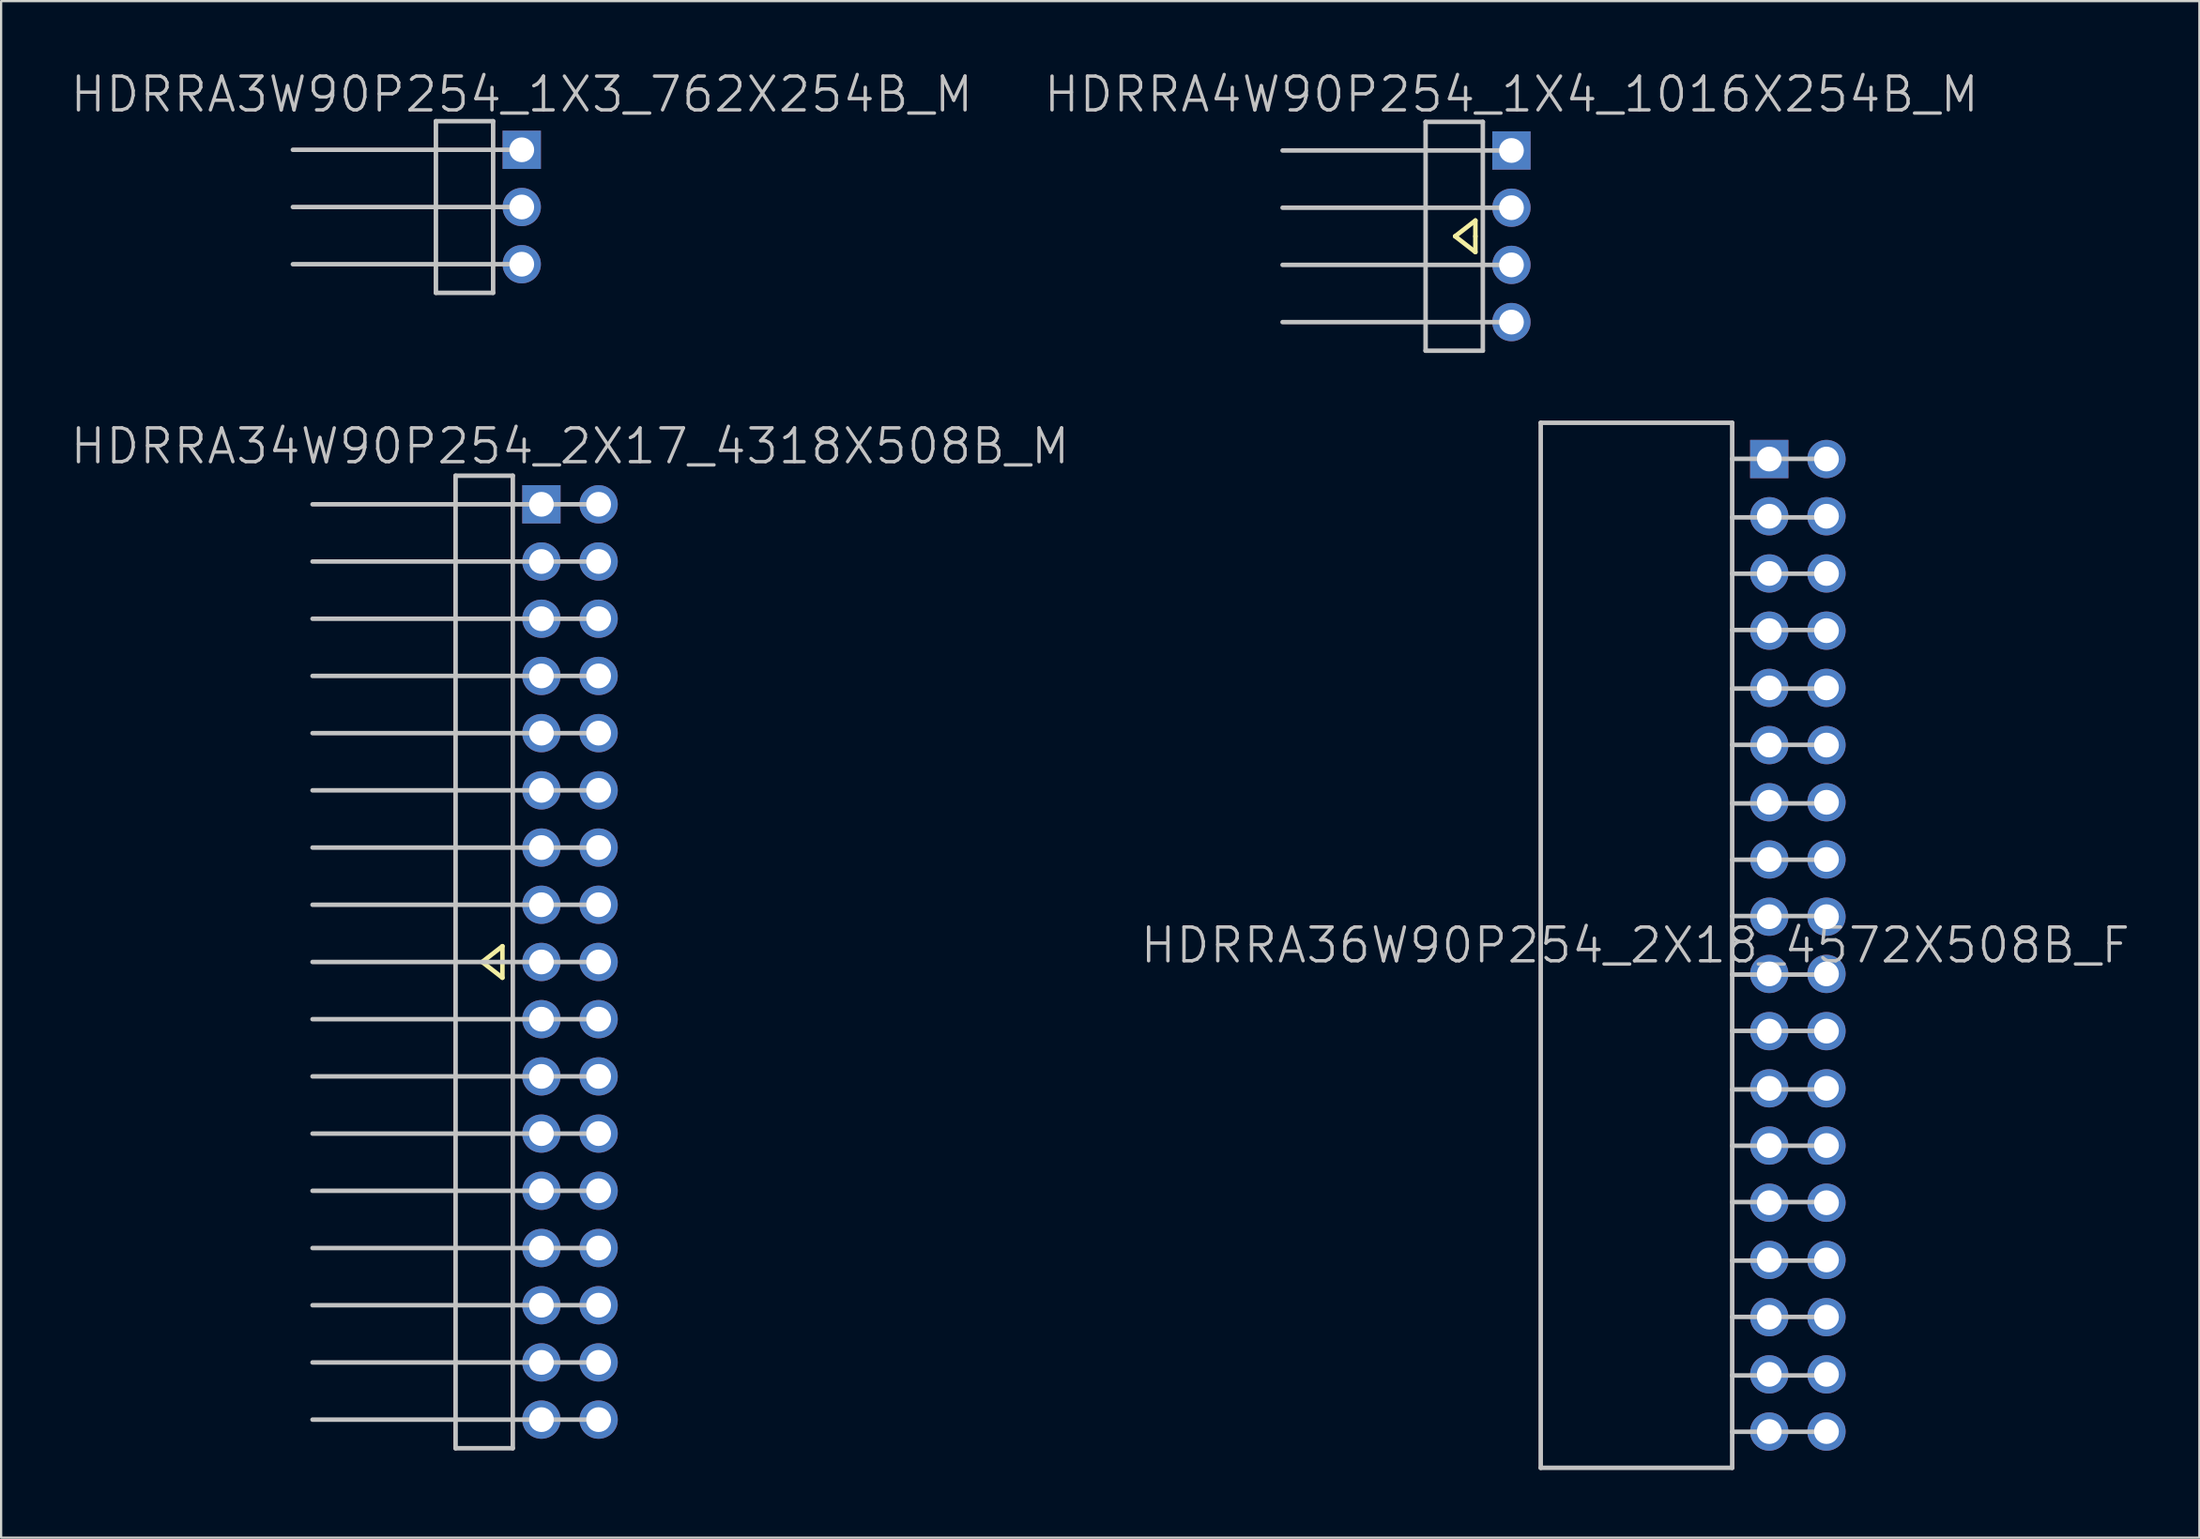
<source format=kicad_pcb>
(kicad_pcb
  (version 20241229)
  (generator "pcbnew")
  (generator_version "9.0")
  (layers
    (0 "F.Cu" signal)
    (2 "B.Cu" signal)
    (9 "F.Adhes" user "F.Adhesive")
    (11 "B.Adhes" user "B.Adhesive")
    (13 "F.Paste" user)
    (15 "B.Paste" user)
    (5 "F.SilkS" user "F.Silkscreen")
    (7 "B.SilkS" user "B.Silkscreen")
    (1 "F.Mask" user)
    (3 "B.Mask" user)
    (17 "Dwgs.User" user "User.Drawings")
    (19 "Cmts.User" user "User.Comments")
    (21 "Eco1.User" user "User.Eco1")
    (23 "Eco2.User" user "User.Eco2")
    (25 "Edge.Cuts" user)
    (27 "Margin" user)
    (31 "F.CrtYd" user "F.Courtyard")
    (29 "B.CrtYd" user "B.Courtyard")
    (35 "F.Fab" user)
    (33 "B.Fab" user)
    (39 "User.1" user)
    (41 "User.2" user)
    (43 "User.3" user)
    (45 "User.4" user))
  (footprint "HDRRA4W90P254_1X4_1016X254B_M"
    (layer "F.Cu")
    (at 64.046 7.441)
    (property "Reference" "HDRRA4W90P254_1X4_1016X254B_M" (at 0 -6.3 180) (layer "Dwgs.User") (effects (font (size 1.5 1.5) (thickness 0.15))))
    (attr through_hole)
    (fp_line (start -2.5 0) (end -1.6 0.7) (stroke (width 0.2) (type solid)) (layer "F.SilkS"))
    (fp_line (start -1.6 -0.7) (end -2.5 0) (stroke (width 0.2) (type solid)) (layer "F.SilkS"))
    (fp_line (start -1.6 0) (end -1.6 -0.7) (stroke (width 0.2) (type solid)) (layer "F.SilkS"))
    (fp_line (start -1.6 0.7) (end -1.6 0) (stroke (width 0.2) (type solid)) (layer "F.SilkS"))
    (fp_line (start -10.16 1.27) (end 0 1.27) (stroke (width 0.2) (type solid)) (layer "Dwgs.User"))
    (fp_line (start -3.81 -5.08) (end -1.27 -5.08) (stroke (width 0.2) (type solid)) (layer "Dwgs.User"))
    (fp_line (start -3.81 5.08) (end -3.81 -5.08) (stroke (width 0.2) (type solid)) (layer "Dwgs.User"))
    (fp_line (start -1.27 -5.08) (end -1.27 5.08) (stroke (width 0.2) (type solid)) (layer "Dwgs.User"))
    (fp_line (start -1.27 5.08) (end -3.81 5.08) (stroke (width 0.2) (type solid)) (layer "Dwgs.User"))
    (fp_line (start 0 -3.81) (end -10.16 -3.81) (stroke (width 0.2) (type solid)) (layer "Dwgs.User"))
    (fp_line (start 0 -1.27) (end -10.16 -1.27) (stroke (width 0.2) (type solid)) (layer "Dwgs.User"))
    (fp_line (start 0 3.81) (end -10.16 3.81) (stroke (width 0.2) (type solid)) (layer "Dwgs.User"))
    (pad "1" thru_hole rect (at 0 -3.81) (size 1.7 1.7) (drill 1.1) (layers "*.Cu" "*.Mask"))
    (pad "2" thru_hole circle (at 0 -1.27 270) (size 1.7 1.7) (drill 1.1) (layers "*.Cu" "*.Mask"))
    (pad "3" thru_hole circle (at 0 1.27 270) (size 1.7 1.7) (drill 1.1) (layers "*.Cu" "*.Mask"))
    (pad "4" thru_hole circle (at 0 3.81 270) (size 1.7 1.7) (drill 1.1) (layers "*.Cu" "*.Mask")))
  (footprint "HDRRA36W90P254_2X18_4572X508B_F"
    (layer "F.Cu")
    (at 71.846 38.921)
    (property "Reference" "HDRRA36W90P254_2X18_4572X508B_F" (at -2.3 0 180) (layer "Dwgs.User") (effects (font (size 1.5 1.5) (thickness 0.15))))
    (attr through_hole)
    (fp_line (start -6.5 -23.2) (end -6.5 23.2) (stroke (width 0.2) (type solid)) (layer "Dwgs.User"))
    (fp_line (start 2 -23.2) (end -6.5 -23.2) (stroke (width 0.2) (type solid)) (layer "Dwgs.User"))
    (fp_line (start 2 -23.2) (end 2 23.2) (stroke (width 0.2) (type solid)) (layer "Dwgs.User"))
    (fp_line (start 2 23.2) (end -6.5 23.2) (stroke (width 0.2) (type solid)) (layer "Dwgs.User"))
    (fp_line (start 6.2 -21.6) (end 2 -21.6) (stroke (width 0.2) (type solid)) (layer "Dwgs.User"))
    (fp_line (start 6.2 -19) (end 2 -19) (stroke (width 0.2) (type solid)) (layer "Dwgs.User"))
    (fp_line (start 6.2 -16.5) (end 2 -16.5) (stroke (width 0.2) (type solid)) (layer "Dwgs.User"))
    (fp_line (start 6.2 -14) (end 2 -14) (stroke (width 0.2) (type solid)) (layer "Dwgs.User"))
    (fp_line (start 6.2 -11.4) (end 2 -11.4) (stroke (width 0.2) (type solid)) (layer "Dwgs.User"))
    (fp_line (start 6.2 -8.9) (end 2 -8.9) (stroke (width 0.2) (type solid)) (layer "Dwgs.User"))
    (fp_line (start 6.2 -6.3) (end 2 -6.3) (stroke (width 0.2) (type solid)) (layer "Dwgs.User"))
    (fp_line (start 6.2 -3.8) (end 2 -3.8) (stroke (width 0.2) (type solid)) (layer "Dwgs.User"))
    (fp_line (start 6.2 -1.3) (end 2 -1.3) (stroke (width 0.2) (type solid)) (layer "Dwgs.User"))
    (fp_line (start 6.2 1.3) (end 2 1.3) (stroke (width 0.2) (type solid)) (layer "Dwgs.User"))
    (fp_line (start 6.2 3.8) (end 2 3.8) (stroke (width 0.2) (type solid)) (layer "Dwgs.User"))
    (fp_line (start 6.2 6.4) (end 2 6.4) (stroke (width 0.2) (type solid)) (layer "Dwgs.User"))
    (fp_line (start 6.2 8.9) (end 2 8.9) (stroke (width 0.2) (type solid)) (layer "Dwgs.User"))
    (fp_line (start 6.2 11.4) (end 2 11.4) (stroke (width 0.2) (type solid)) (layer "Dwgs.User"))
    (fp_line (start 6.2 14) (end 2 14) (stroke (width 0.2) (type solid)) (layer "Dwgs.User"))
    (fp_line (start 6.2 16.5) (end 2 16.5) (stroke (width 0.2) (type solid)) (layer "Dwgs.User"))
    (fp_line (start 6.2 19.1) (end 2 19.1) (stroke (width 0.2) (type solid)) (layer "Dwgs.User"))
    (fp_line (start 6.2 21.6) (end 2 21.6) (stroke (width 0.2) (type solid)) (layer "Dwgs.User"))
    (pad "1" thru_hole rect (at 3.645 -21.59) (size 1.7 1.7) (drill 1.1) (layers "*.Cu" "*.Mask"))
    (pad "2" thru_hole circle (at 6.185 -21.59 270) (size 1.7 1.7) (drill 1.1) (layers "*.Cu" "*.Mask"))
    (pad "3" thru_hole circle (at 3.645 -19.05 270) (size 1.7 1.7) (drill 1.1) (layers "*.Cu" "*.Mask"))
    (pad "4" thru_hole circle (at 6.185 -19.05 270) (size 1.7 1.7) (drill 1.1) (layers "*.Cu" "*.Mask"))
    (pad "5" thru_hole circle (at 3.645 -16.51 270) (size 1.7 1.7) (drill 1.1) (layers "*.Cu" "*.Mask"))
    (pad "6" thru_hole circle (at 6.185 -16.51 270) (size 1.7 1.7) (drill 1.1) (layers "*.Cu" "*.Mask"))
    (pad "7" thru_hole circle (at 3.645 -13.97 270) (size 1.7 1.7) (drill 1.1) (layers "*.Cu" "*.Mask"))
    (pad "8" thru_hole circle (at 6.185 -13.97 270) (size 1.7 1.7) (drill 1.1) (layers "*.Cu" "*.Mask"))
    (pad "9" thru_hole circle (at 3.645 -11.43 270) (size 1.7 1.7) (drill 1.1) (layers "*.Cu" "*.Mask"))
    (pad "10" thru_hole circle (at 6.185 -11.43 270) (size 1.7 1.7) (drill 1.1) (layers "*.Cu" "*.Mask"))
    (pad "11" thru_hole circle (at 3.645 -8.89 270) (size 1.7 1.7) (drill 1.1) (layers "*.Cu" "*.Mask"))
    (pad "12" thru_hole circle (at 6.185 -8.89 270) (size 1.7 1.7) (drill 1.1) (layers "*.Cu" "*.Mask"))
    (pad "13" thru_hole circle (at 3.645 -6.35 270) (size 1.7 1.7) (drill 1.1) (layers "*.Cu" "*.Mask"))
    (pad "14" thru_hole circle (at 6.185 -6.35 270) (size 1.7 1.7) (drill 1.1) (layers "*.Cu" "*.Mask"))
    (pad "15" thru_hole circle (at 3.645 -3.81 270) (size 1.7 1.7) (drill 1.1) (layers "*.Cu" "*.Mask"))
    (pad "16" thru_hole circle (at 6.185 -3.81 270) (size 1.7 1.7) (drill 1.1) (layers "*.Cu" "*.Mask"))
    (pad "17" thru_hole circle (at 3.645 -1.27 270) (size 1.7 1.7) (drill 1.1) (layers "*.Cu" "*.Mask"))
    (pad "18" thru_hole circle (at 6.185 -1.27 270) (size 1.7 1.7) (drill 1.1) (layers "*.Cu" "*.Mask"))
    (pad "19" thru_hole circle (at 3.645 1.27 270) (size 1.7 1.7) (drill 1.1) (layers "*.Cu" "*.Mask"))
    (pad "20" thru_hole circle (at 6.185 1.27 270) (size 1.7 1.7) (drill 1.1) (layers "*.Cu" "*.Mask"))
    (pad "21" thru_hole circle (at 3.645 3.81 270) (size 1.7 1.7) (drill 1.1) (layers "*.Cu" "*.Mask"))
    (pad "22" thru_hole circle (at 6.185 3.81 270) (size 1.7 1.7) (drill 1.1) (layers "*.Cu" "*.Mask"))
    (pad "23" thru_hole circle (at 3.645 6.35 270) (size 1.7 1.7) (drill 1.1) (layers "*.Cu" "*.Mask"))
    (pad "24" thru_hole circle (at 6.185 6.35 270) (size 1.7 1.7) (drill 1.1) (layers "*.Cu" "*.Mask"))
    (pad "25" thru_hole circle (at 3.645 8.89 270) (size 1.7 1.7) (drill 1.1) (layers "*.Cu" "*.Mask"))
    (pad "26" thru_hole circle (at 6.185 8.89 270) (size 1.7 1.7) (drill 1.1) (layers "*.Cu" "*.Mask"))
    (pad "27" thru_hole circle (at 3.645 11.43 270) (size 1.7 1.7) (drill 1.1) (layers "*.Cu" "*.Mask"))
    (pad "28" thru_hole circle (at 6.185 11.43 270) (size 1.7 1.7) (drill 1.1) (layers "*.Cu" "*.Mask"))
    (pad "29" thru_hole circle (at 3.645 13.97 270) (size 1.7 1.7) (drill 1.1) (layers "*.Cu" "*.Mask"))
    (pad "30" thru_hole circle (at 6.185 13.97 270) (size 1.7 1.7) (drill 1.1) (layers "*.Cu" "*.Mask"))
    (pad "31" thru_hole circle (at 3.645 16.51 270) (size 1.7 1.7) (drill 1.1) (layers "*.Cu" "*.Mask"))
    (pad "32" thru_hole circle (at 6.185 16.51 270) (size 1.7 1.7) (drill 1.1) (layers "*.Cu" "*.Mask"))
    (pad "33" thru_hole circle (at 3.645 19.05 270) (size 1.7 1.7) (drill 1.1) (layers "*.Cu" "*.Mask"))
    (pad "34" thru_hole circle (at 6.185 19.05 270) (size 1.7 1.7) (drill 1.1) (layers "*.Cu" "*.Mask"))
    (pad "35" thru_hole circle (at 3.645 21.59 270) (size 1.7 1.7) (drill 1.1) (layers "*.Cu" "*.Mask"))
    (pad "36" thru_hole circle (at 6.185 21.59 270) (size 1.7 1.7) (drill 1.1) (layers "*.Cu" "*.Mask")))
  (footprint "HDRRA34W90P254_2X17_4318X508B_M"
    (layer "F.Cu")
    (at 22.254 39.661)
    (property "Reference" "HDRRA34W90P254_2X17_4318X508B_M" (at 0 -22.9 180) (layer "Dwgs.User") (effects (font (size 1.5 1.5) (thickness 0.15))))
    (attr through_hole)
    (fp_line (start -3.9 0) (end -3 0.7) (stroke (width 0.2) (type solid)) (layer "F.SilkS"))
    (fp_line (start -3 -0.7) (end -3.9 0) (stroke (width 0.2) (type solid)) (layer "F.SilkS"))
    (fp_line (start -3 0) (end -3 -0.7) (stroke (width 0.2) (type solid)) (layer "F.SilkS"))
    (fp_line (start -3 0.7) (end -3 0) (stroke (width 0.2) (type solid)) (layer "F.SilkS"))
    (fp_line (start -11.43 -15.24) (end 1.27 -15.24) (stroke (width 0.2) (type solid)) (layer "Dwgs.User"))
    (fp_line (start -11.43 10.16) (end 1.27 10.16) (stroke (width 0.2) (type solid)) (layer "Dwgs.User"))
    (fp_line (start -5.08 -21.59) (end -2.54 -21.59) (stroke (width 0.2) (type solid)) (layer "Dwgs.User"))
    (fp_line (start -5.08 21.59) (end -5.08 -21.59) (stroke (width 0.2) (type solid)) (layer "Dwgs.User"))
    (fp_line (start -2.54 -21.59) (end -2.54 21.59) (stroke (width 0.2) (type solid)) (layer "Dwgs.User"))
    (fp_line (start -2.54 21.59) (end -5.08 21.59) (stroke (width 0.2) (type solid)) (layer "Dwgs.User"))
    (fp_line (start 1.27 -20.32) (end -11.43 -20.32) (stroke (width 0.2) (type solid)) (layer "Dwgs.User"))
    (fp_line (start 1.27 -17.78) (end -11.43 -17.78) (stroke (width 0.2) (type solid)) (layer "Dwgs.User"))
    (fp_line (start 1.27 -12.7) (end -11.43 -12.7) (stroke (width 0.2) (type solid)) (layer "Dwgs.User"))
    (fp_line (start 1.27 -10.16) (end -11.43 -10.16) (stroke (width 0.2) (type solid)) (layer "Dwgs.User"))
    (fp_line (start 1.27 -7.62) (end -11.43 -7.62) (stroke (width 0.2) (type solid)) (layer "Dwgs.User"))
    (fp_line (start 1.27 -5.08) (end -11.43 -5.08) (stroke (width 0.2) (type solid)) (layer "Dwgs.User"))
    (fp_line (start 1.27 -2.54) (end -11.43 -2.54) (stroke (width 0.2) (type solid)) (layer "Dwgs.User"))
    (fp_line (start 1.27 0) (end -11.43 0) (stroke (width 0.2) (type solid)) (layer "Dwgs.User"))
    (fp_line (start 1.27 2.54) (end -11.43 2.54) (stroke (width 0.2) (type solid)) (layer "Dwgs.User"))
    (fp_line (start 1.27 5.08) (end -11.43 5.08) (stroke (width 0.2) (type solid)) (layer "Dwgs.User"))
    (fp_line (start 1.27 7.62) (end -11.43 7.62) (stroke (width 0.2) (type solid)) (layer "Dwgs.User"))
    (fp_line (start 1.27 12.7) (end -11.43 12.7) (stroke (width 0.2) (type solid)) (layer "Dwgs.User"))
    (fp_line (start 1.27 15.24) (end -11.43 15.24) (stroke (width 0.2) (type solid)) (layer "Dwgs.User"))
    (fp_line (start 1.27 17.78) (end -11.43 17.78) (stroke (width 0.2) (type solid)) (layer "Dwgs.User"))
    (fp_line (start 1.27 20.32) (end -11.43 20.32) (stroke (width 0.2) (type solid)) (layer "Dwgs.User"))
    (pad "1" thru_hole rect (at -1.27 -20.32) (size 1.7 1.7) (drill 1.1) (layers "*.Cu" "*.Mask"))
    (pad "2" thru_hole circle (at 1.27 -20.32 270) (size 1.7 1.7) (drill 1.1) (layers "*.Cu" "*.Mask"))
    (pad "3" thru_hole circle (at -1.27 -17.78 270) (size 1.7 1.7) (drill 1.1) (layers "*.Cu" "*.Mask"))
    (pad "4" thru_hole circle (at 1.27 -17.78 270) (size 1.7 1.7) (drill 1.1) (layers "*.Cu" "*.Mask"))
    (pad "5" thru_hole circle (at -1.27 -15.24 270) (size 1.7 1.7) (drill 1.1) (layers "*.Cu" "*.Mask"))
    (pad "6" thru_hole circle (at 1.27 -15.24 270) (size 1.7 1.7) (drill 1.1) (layers "*.Cu" "*.Mask"))
    (pad "7" thru_hole circle (at -1.27 -12.7 270) (size 1.7 1.7) (drill 1.1) (layers "*.Cu" "*.Mask"))
    (pad "8" thru_hole circle (at 1.27 -12.7 270) (size 1.7 1.7) (drill 1.1) (layers "*.Cu" "*.Mask"))
    (pad "9" thru_hole circle (at -1.27 -10.16 270) (size 1.7 1.7) (drill 1.1) (layers "*.Cu" "*.Mask"))
    (pad "10" thru_hole circle (at 1.27 -10.16 270) (size 1.7 1.7) (drill 1.1) (layers "*.Cu" "*.Mask"))
    (pad "11" thru_hole circle (at -1.27 -7.62 270) (size 1.7 1.7) (drill 1.1) (layers "*.Cu" "*.Mask"))
    (pad "12" thru_hole circle (at 1.27 -7.62 270) (size 1.7 1.7) (drill 1.1) (layers "*.Cu" "*.Mask"))
    (pad "13" thru_hole circle (at -1.27 -5.08 270) (size 1.7 1.7) (drill 1.1) (layers "*.Cu" "*.Mask"))
    (pad "14" thru_hole circle (at 1.27 -5.08 270) (size 1.7 1.7) (drill 1.1) (layers "*.Cu" "*.Mask"))
    (pad "15" thru_hole circle (at -1.27 -2.54 270) (size 1.7 1.7) (drill 1.1) (layers "*.Cu" "*.Mask"))
    (pad "16" thru_hole circle (at 1.27 -2.54 270) (size 1.7 1.7) (drill 1.1) (layers "*.Cu" "*.Mask"))
    (pad "17" thru_hole circle (at -1.27 0 270) (size 1.7 1.7) (drill 1.1) (layers "*.Cu" "*.Mask"))
    (pad "18" thru_hole circle (at 1.27 0 270) (size 1.7 1.7) (drill 1.1) (layers "*.Cu" "*.Mask"))
    (pad "19" thru_hole circle (at -1.27 2.54 270) (size 1.7 1.7) (drill 1.1) (layers "*.Cu" "*.Mask"))
    (pad "20" thru_hole circle (at 1.27 2.54 270) (size 1.7 1.7) (drill 1.1) (layers "*.Cu" "*.Mask"))
    (pad "21" thru_hole circle (at -1.27 5.08 270) (size 1.7 1.7) (drill 1.1) (layers "*.Cu" "*.Mask"))
    (pad "22" thru_hole circle (at 1.27 5.08 270) (size 1.7 1.7) (drill 1.1) (layers "*.Cu" "*.Mask"))
    (pad "23" thru_hole circle (at -1.27 7.62 270) (size 1.7 1.7) (drill 1.1) (layers "*.Cu" "*.Mask"))
    (pad "24" thru_hole circle (at 1.27 7.62 270) (size 1.7 1.7) (drill 1.1) (layers "*.Cu" "*.Mask"))
    (pad "25" thru_hole circle (at -1.27 10.16 270) (size 1.7 1.7) (drill 1.1) (layers "*.Cu" "*.Mask"))
    (pad "26" thru_hole circle (at 1.27 10.16 270) (size 1.7 1.7) (drill 1.1) (layers "*.Cu" "*.Mask"))
    (pad "27" thru_hole circle (at -1.27 12.7 270) (size 1.7 1.7) (drill 1.1) (layers "*.Cu" "*.Mask"))
    (pad "28" thru_hole circle (at 1.27 12.7 270) (size 1.7 1.7) (drill 1.1) (layers "*.Cu" "*.Mask"))
    (pad "29" thru_hole circle (at -1.27 15.24 270) (size 1.7 1.7) (drill 1.1) (layers "*.Cu" "*.Mask"))
    (pad "30" thru_hole circle (at 1.27 15.24 270) (size 1.7 1.7) (drill 1.1) (layers "*.Cu" "*.Mask"))
    (pad "31" thru_hole circle (at -1.27 17.78 270) (size 1.7 1.7) (drill 1.1) (layers "*.Cu" "*.Mask"))
    (pad "32" thru_hole circle (at 1.27 17.78 270) (size 1.7 1.7) (drill 1.1) (layers "*.Cu" "*.Mask"))
    (pad "33" thru_hole circle (at -1.27 20.32 270) (size 1.7 1.7) (drill 1.1) (layers "*.Cu" "*.Mask"))
    (pad "34" thru_hole circle (at 1.27 20.32 270) (size 1.7 1.7) (drill 1.1) (layers "*.Cu" "*.Mask")))
  (footprint "HDRRA3W90P254_1X3_762X254B_M"
    (layer "F.Cu")
    (at 20.111 6.141)
    (property "Reference" "HDRRA3W90P254_1X3_762X254B_M" (at 0 -5 180) (layer "Dwgs.User") (effects (font (size 1.5 1.5) (thickness 0.15))))
    (attr through_hole)
    (fp_line (start -10.16 2.54) (end 0 2.54) (stroke (width 0.2) (type solid)) (layer "Dwgs.User"))
    (fp_line (start -3.81 -3.81) (end -1.27 -3.81) (stroke (width 0.2) (type solid)) (layer "Dwgs.User"))
    (fp_line (start -3.81 3.81) (end -3.81 -3.81) (stroke (width 0.2) (type solid)) (layer "Dwgs.User"))
    (fp_line (start -1.27 -3.81) (end -1.27 3.81) (stroke (width 0.2) (type solid)) (layer "Dwgs.User"))
    (fp_line (start -1.27 3.81) (end -3.81 3.81) (stroke (width 0.2) (type solid)) (layer "Dwgs.User"))
    (fp_line (start 0 -2.54) (end -10.16 -2.54) (stroke (width 0.2) (type solid)) (layer "Dwgs.User"))
    (fp_line (start 0 0) (end -10.16 0) (stroke (width 0.2) (type solid)) (layer "Dwgs.User"))
    (pad "1" thru_hole rect (at 0 -2.54) (size 1.7 1.7) (drill 1.1) (layers "*.Cu" "*.Mask"))
    (pad "2" thru_hole circle (at 0 0 270) (size 1.7 1.7) (drill 1.1) (layers "*.Cu" "*.Mask"))
    (pad "3" thru_hole circle (at 0 2.54 270) (size 1.7 1.7) (drill 1.1) (layers "*.Cu" "*.Mask")))
  (gr_rect
    (start -3 -3)
    (end 94.586 65.221)
    (stroke (width 0.1) (type default))
    (fill no)
    (layer "Edge.Cuts")))
</source>
